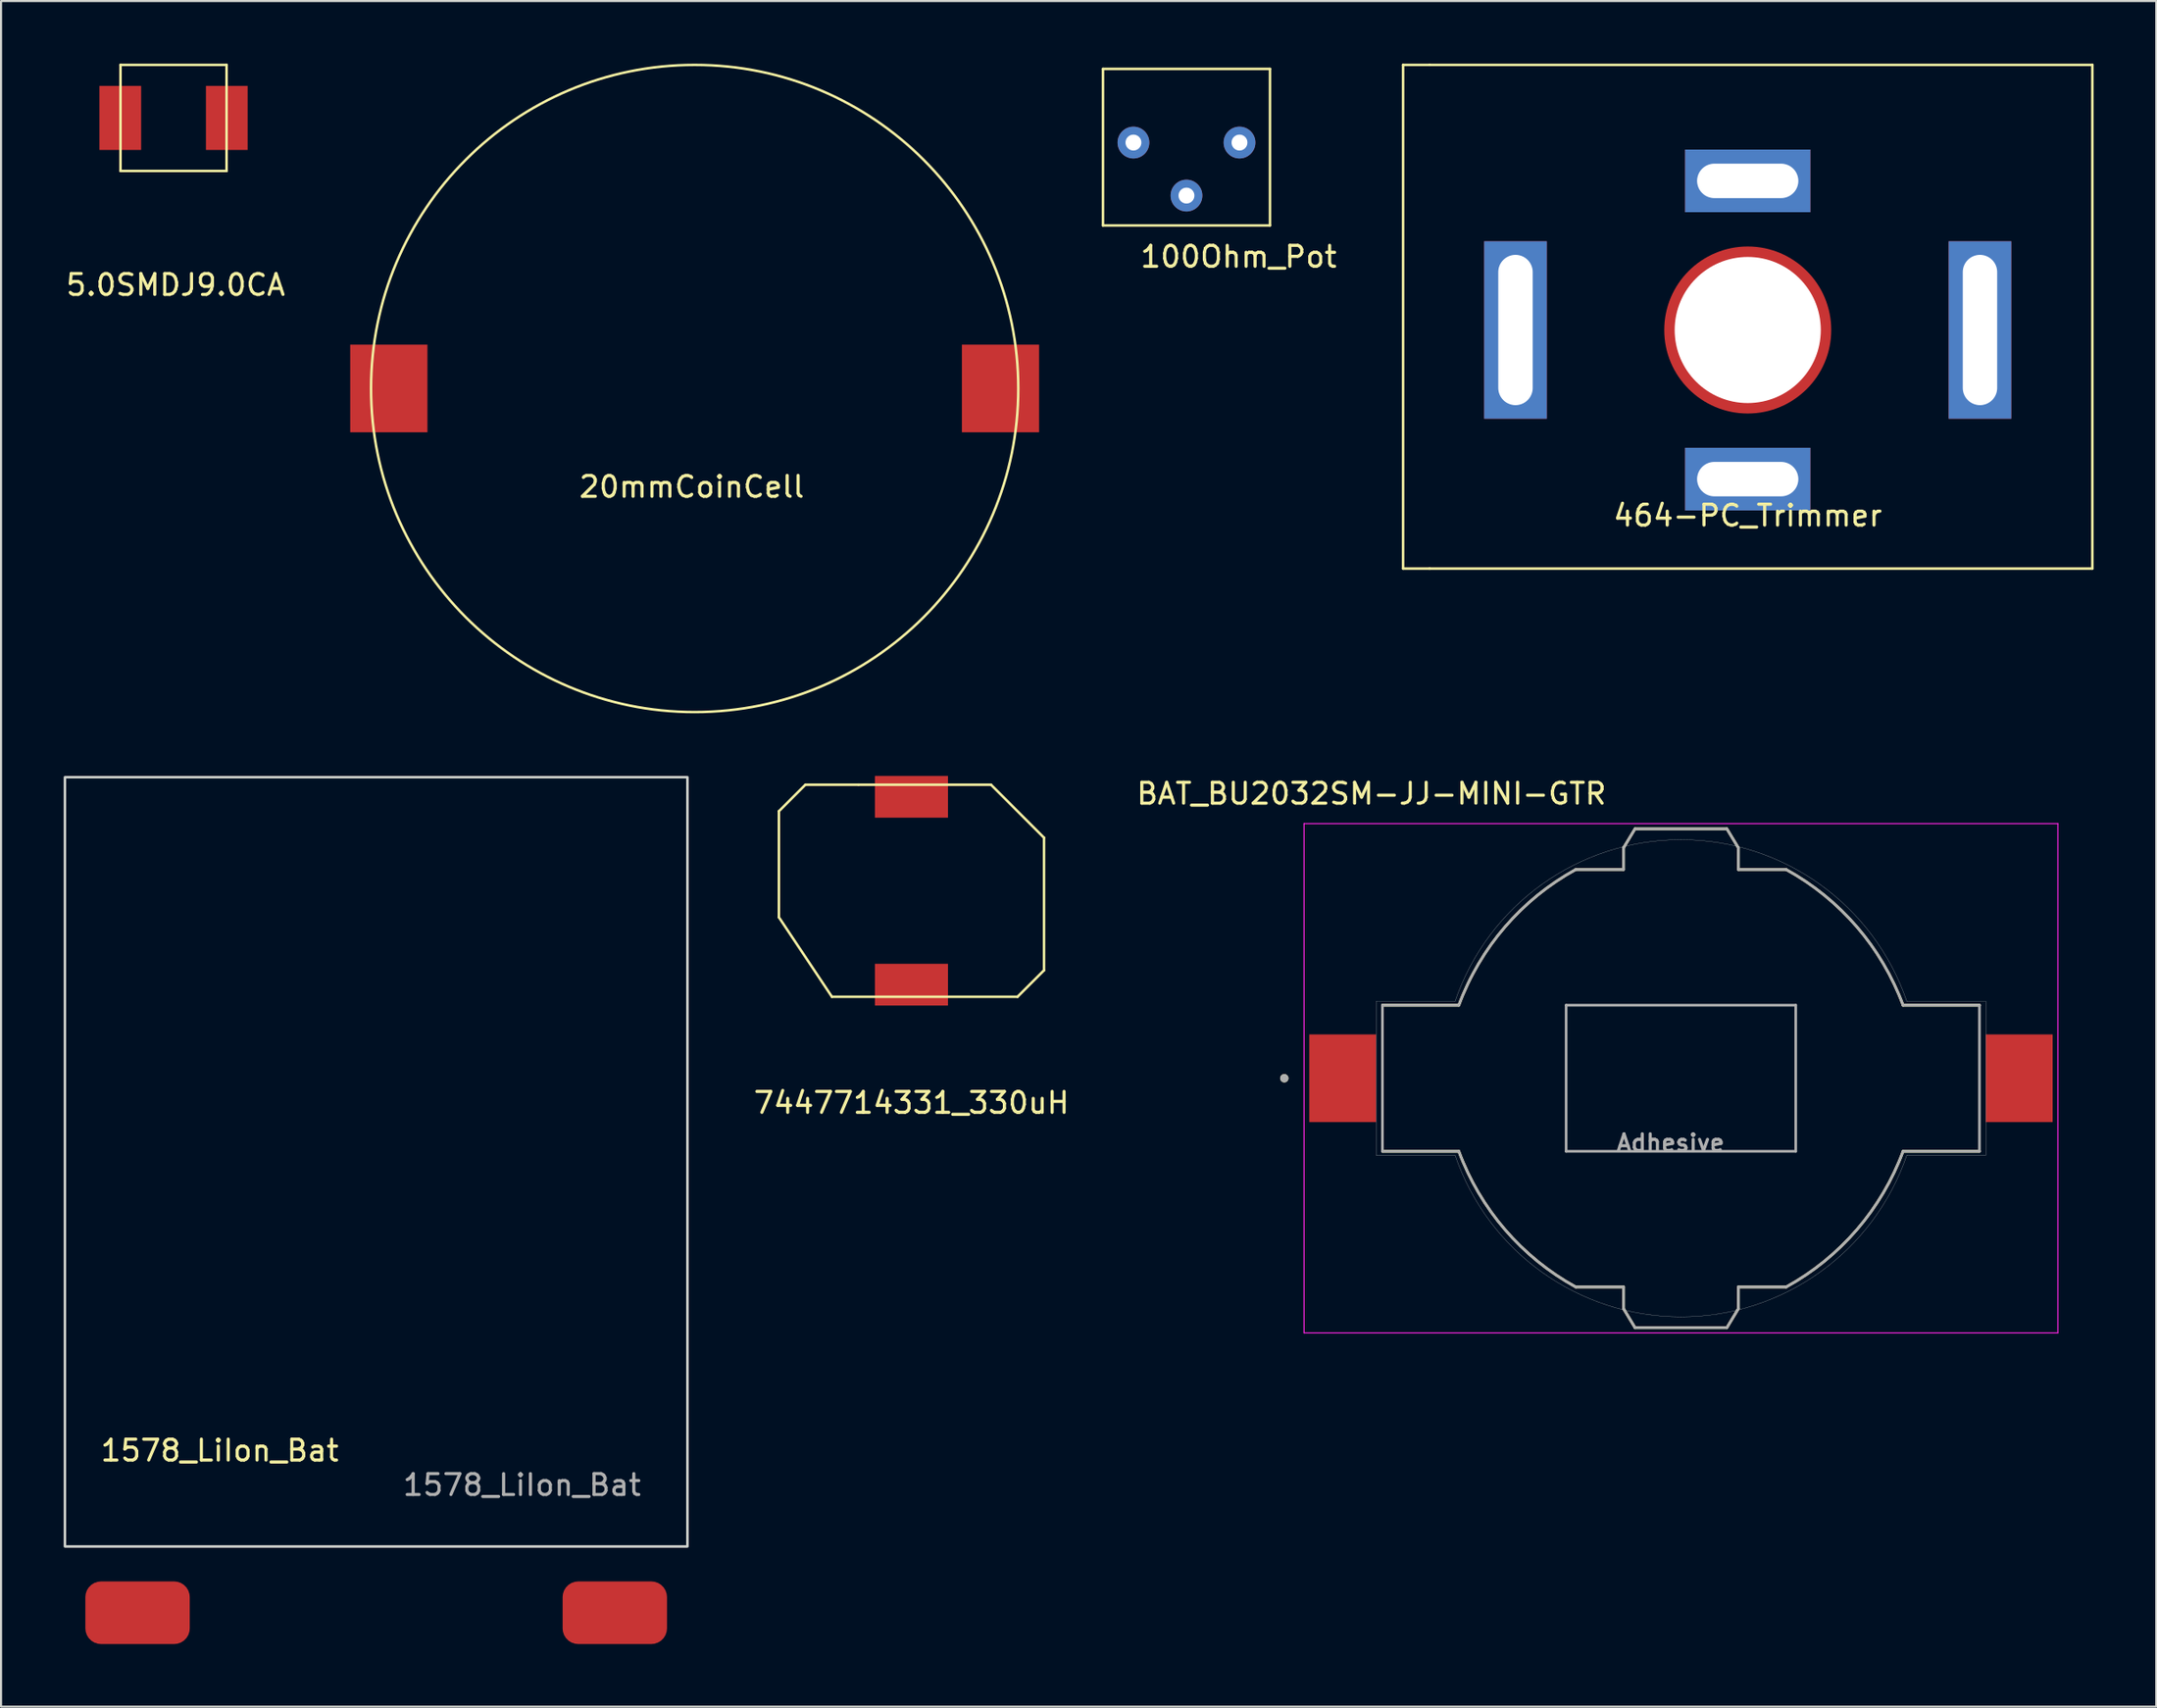
<source format=kicad_pcb>
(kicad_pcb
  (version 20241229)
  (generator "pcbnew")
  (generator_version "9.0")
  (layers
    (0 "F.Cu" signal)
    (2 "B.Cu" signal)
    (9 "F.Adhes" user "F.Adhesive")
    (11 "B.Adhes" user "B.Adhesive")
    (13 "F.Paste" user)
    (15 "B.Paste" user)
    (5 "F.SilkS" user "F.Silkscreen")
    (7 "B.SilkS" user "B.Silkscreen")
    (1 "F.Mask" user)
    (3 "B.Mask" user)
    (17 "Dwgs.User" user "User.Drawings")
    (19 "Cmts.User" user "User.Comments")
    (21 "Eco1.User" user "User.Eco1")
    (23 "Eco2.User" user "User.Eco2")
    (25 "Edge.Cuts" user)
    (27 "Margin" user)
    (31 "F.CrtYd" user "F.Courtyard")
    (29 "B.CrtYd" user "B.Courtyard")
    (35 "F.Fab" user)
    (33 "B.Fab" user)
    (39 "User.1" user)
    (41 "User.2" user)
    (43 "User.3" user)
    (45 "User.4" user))
  (footprint "464-PC_Trimmer"
    (layer "F.Cu")
    (at 80.672 12.76)
    (property "Reference" "464-PC_Trimmer" (at 0 8.89 0) (layer "F.SilkS") (effects (font (size 1 1) (thickness 0.15))))
    (attr through_hole)
    (fp_line (start -16.51 -12.7) (end -15.24 -12.7) (stroke (width 0.12) (type solid)) (layer "F.SilkS"))
    (fp_line (start -16.51 11.43) (end -16.51 -12.7) (stroke (width 0.12) (type solid)) (layer "F.SilkS"))
    (fp_line (start -16.51 11.43) (end -15.24 11.43) (stroke (width 0.12) (type solid)) (layer "F.SilkS"))
    (fp_line (start -15.24 -12.7) (end 16.51 -12.7) (stroke (width 0.12) (type solid)) (layer "F.SilkS"))
    (fp_line (start 16.51 -12.7) (end 16.51 11.43) (stroke (width 0.12) (type solid)) (layer "F.SilkS"))
    (fp_line (start 16.51 11.43) (end -15.24 11.43) (stroke (width 0.12) (type solid)) (layer "F.SilkS"))
    (pad "" np_thru_hole circle (at 0 0) (size 8 8) (drill 7) (layers "*.Mask" "F.Cu"))
    (pad "1" thru_hole rect (at -11.125 0) (size 3 8.5) (drill oval 1.65 7.2) (layers "*.Cu" "*.Mask"))
    (pad "1" thru_hole rect (at 11.125 0) (size 3 8.5) (drill oval 1.65 7.2) (layers "*.Cu" "*.Mask"))
    (pad "2" thru_hole rect (at 0 -7.144) (size 6 3) (drill oval 4.85 1.65) (layers "*.Cu" "*.Mask"))
    (pad "2" thru_hole rect (at 0 7.144) (size 6 3) (drill oval 4.85 1.65) (layers "*.Cu" "*.Mask")))
  (footprint "BAT_BU2032SM-JJ-MINI-GTR"
    (layer "F.Cu")
    (at 77.473 48.608)
    (property "Reference" "BAT_BU2032SM-JJ-MINI-GTR" (at -14.825 -13.635 0) (layer "F.SilkS") (effects (font (size 1 1) (thickness 0.15))))
    (attr through_hole)
    (fp_line (start -14.3 3.5) (end -10.64 3.5) (stroke (width 0.127) (type solid)) (layer "F.SilkS"))
    (fp_line (start -10.64 -3.5) (end -14.3 -3.5) (stroke (width 0.127) (type solid)) (layer "F.SilkS"))
    (fp_line (start -5.04 -10) (end -2.75 -10) (stroke (width 0.127) (type solid)) (layer "F.SilkS"))
    (fp_line (start -2.75 -11.04) (end -2.2 -11.95) (stroke (width 0.127) (type solid)) (layer "F.SilkS"))
    (fp_line (start -2.75 -10) (end -2.75 -11.04) (stroke (width 0.127) (type solid)) (layer "F.SilkS"))
    (fp_line (start -2.75 10) (end -5.04 10) (stroke (width 0.127) (type solid)) (layer "F.SilkS"))
    (fp_line (start -2.75 11.04) (end -2.75 10) (stroke (width 0.127) (type solid)) (layer "F.SilkS"))
    (fp_line (start -2.2 -11.95) (end 2.2 -11.95) (stroke (width 0.127) (type solid)) (layer "F.SilkS"))
    (fp_line (start -2.2 11.95) (end -2.75 11.04) (stroke (width 0.127) (type solid)) (layer "F.SilkS"))
    (fp_line (start 2.2 -11.95) (end 2.75 -11.04) (stroke (width 0.127) (type solid)) (layer "F.SilkS"))
    (fp_line (start 2.2 11.95) (end -2.2 11.95) (stroke (width 0.127) (type solid)) (layer "F.SilkS"))
    (fp_line (start 2.75 -11.04) (end 2.75 -10) (stroke (width 0.127) (type solid)) (layer "F.SilkS"))
    (fp_line (start 2.75 -10) (end 5.04 -10) (stroke (width 0.127) (type solid)) (layer "F.SilkS"))
    (fp_line (start 2.75 10) (end 2.75 11.04) (stroke (width 0.127) (type solid)) (layer "F.SilkS"))
    (fp_line (start 2.75 11.04) (end 2.2 11.95) (stroke (width 0.127) (type solid)) (layer "F.SilkS"))
    (fp_line (start 5.04 10) (end 2.75 10) (stroke (width 0.127) (type solid)) (layer "F.SilkS"))
    (fp_line (start 10.64 3.5) (end 14.3 3.5) (stroke (width 0.127) (type solid)) (layer "F.SilkS"))
    (fp_line (start 14.3 -3.5) (end 10.64 -3.5) (stroke (width 0.127) (type solid)) (layer "F.SilkS"))
    (fp_arc (start -10.64 -3.5) (mid -8.425939 -7.254809) (end -5.04 -10) (stroke (width 0.127) (type solid)) (layer "F.SilkS"))
    (fp_arc (start -5.04 10) (mid -8.425939 7.254809) (end -10.64 3.5) (stroke (width 0.127) (type solid)) (layer "F.SilkS"))
    (fp_arc (start 5.04 -10) (mid 8.425939 -7.254809) (end 10.64 -3.5) (stroke (width 0.127) (type solid)) (layer "F.SilkS"))
    (fp_arc (start 10.64 3.5) (mid 8.425939 7.254809) (end 5.04 10) (stroke (width 0.127) (type solid)) (layer "F.SilkS"))
    (fp_circle (center -19 0) (end -18.9 0) (stroke (width 0.2) (type solid)) (fill no) (layer "F.SilkS"))
    (fp_line (start -14.605 -3.685) (end -14.605 3.685) (stroke (width 0.01) (type solid)) (layer "Edge.Cuts"))
    (fp_line (start -14.605 3.685) (end -10.82 3.685) (stroke (width 0.01) (type solid)) (layer "Edge.Cuts"))
    (fp_line (start -10.82 -3.685) (end -14.605 -3.685) (stroke (width 0.01) (type solid)) (layer "Edge.Cuts"))
    (fp_line (start 10.82 3.685) (end 14.605 3.685) (stroke (width 0.01) (type solid)) (layer "Edge.Cuts"))
    (fp_line (start 14.605 -3.685) (end 10.82 -3.685) (stroke (width 0.01) (type solid)) (layer "Edge.Cuts"))
    (fp_line (start 14.605 3.685) (end 14.605 -3.685) (stroke (width 0.01) (type solid)) (layer "Edge.Cuts"))
    (fp_arc (start -10.82 -3.685) (mid -6.653137 -9.294201) (end 0 -11.43) (stroke (width 0.01) (type solid)) (layer "Edge.Cuts"))
    (fp_arc (start 0 -11.43) (mid 6.653137 -9.294201) (end 10.82 -3.685) (stroke (width 0.01) (type solid)) (layer "Edge.Cuts"))
    (fp_arc (start 0 11.43) (mid -6.653137 9.294201) (end -10.82 3.685) (stroke (width 0.01) (type solid)) (layer "Edge.Cuts"))
    (fp_arc (start 10.82 3.685) (mid 6.653137 9.294201) (end 0 11.43) (stroke (width 0.01) (type solid)) (layer "Edge.Cuts"))
    (fp_line (start -18.055 -12.2) (end -18.055 12.2) (stroke (width 0.05) (type solid)) (layer "F.CrtYd"))
    (fp_line (start -18.055 12.2) (end 18.055 12.2) (stroke (width 0.05) (type solid)) (layer "F.CrtYd"))
    (fp_line (start 18.055 -12.2) (end -18.055 -12.2) (stroke (width 0.05) (type solid)) (layer "F.CrtYd"))
    (fp_line (start 18.055 12.2) (end 18.055 -12.2) (stroke (width 0.05) (type solid)) (layer "F.CrtYd"))
    (fp_line (start -14.3 -3.5) (end -14.3 3.5) (stroke (width 0.127) (type solid)) (layer "F.Fab"))
    (fp_line (start -14.3 3.5) (end -10.64 3.5) (stroke (width 0.127) (type solid)) (layer "F.Fab"))
    (fp_line (start -10.64 -3.5) (end -14.3 -3.5) (stroke (width 0.127) (type solid)) (layer "F.Fab"))
    (fp_line (start -5.5 -3.5) (end -5.5 3.5) (stroke (width 0.127) (type solid)) (layer "F.Fab"))
    (fp_line (start -5.5 3.5) (end 5.5 3.5) (stroke (width 0.127) (type solid)) (layer "F.Fab"))
    (fp_line (start -5.04 -10) (end -2.75 -10) (stroke (width 0.127) (type solid)) (layer "F.Fab"))
    (fp_line (start -2.75 -11.04) (end -2.2 -11.95) (stroke (width 0.127) (type solid)) (layer "F.Fab"))
    (fp_line (start -2.75 -10) (end -2.75 -11.04) (stroke (width 0.127) (type solid)) (layer "F.Fab"))
    (fp_line (start -2.75 10) (end -5.04 10) (stroke (width 0.127) (type solid)) (layer "F.Fab"))
    (fp_line (start -2.75 11.04) (end -2.75 10) (stroke (width 0.127) (type solid)) (layer "F.Fab"))
    (fp_line (start -2.2 -11.95) (end 2.2 -11.95) (stroke (width 0.127) (type solid)) (layer "F.Fab"))
    (fp_line (start -2.2 11.95) (end -2.75 11.04) (stroke (width 0.127) (type solid)) (layer "F.Fab"))
    (fp_line (start 2.2 -11.95) (end 2.75 -11.04) (stroke (width 0.127) (type solid)) (layer "F.Fab"))
    (fp_line (start 2.2 11.95) (end -2.2 11.95) (stroke (width 0.127) (type solid)) (layer "F.Fab"))
    (fp_line (start 2.75 -11.04) (end 2.75 -10) (stroke (width 0.127) (type solid)) (layer "F.Fab"))
    (fp_line (start 2.75 -10) (end 5.04 -10) (stroke (width 0.127) (type solid)) (layer "F.Fab"))
    (fp_line (start 2.75 10) (end 2.75 11.04) (stroke (width 0.127) (type solid)) (layer "F.Fab"))
    (fp_line (start 2.75 11.04) (end 2.2 11.95) (stroke (width 0.127) (type solid)) (layer "F.Fab"))
    (fp_line (start 5.04 10) (end 2.75 10) (stroke (width 0.127) (type solid)) (layer "F.Fab"))
    (fp_line (start 5.5 -3.5) (end -5.5 -3.5) (stroke (width 0.127) (type solid)) (layer "F.Fab"))
    (fp_line (start 5.5 3.5) (end 5.5 -3.5) (stroke (width 0.127) (type solid)) (layer "F.Fab"))
    (fp_line (start 10.64 3.5) (end 14.3 3.5) (stroke (width 0.127) (type solid)) (layer "F.Fab"))
    (fp_line (start 14.3 -3.5) (end 10.64 -3.5) (stroke (width 0.127) (type solid)) (layer "F.Fab"))
    (fp_line (start 14.3 3.5) (end 14.3 -3.5) (stroke (width 0.127) (type solid)) (layer "F.Fab"))
    (fp_arc (start -10.64 -3.5) (mid -8.425939 -7.254809) (end -5.04 -10) (stroke (width 0.127) (type solid)) (layer "F.Fab"))
    (fp_arc (start -5.04 10) (mid -8.425939 7.254809) (end -10.64 3.5) (stroke (width 0.127) (type solid)) (layer "F.Fab"))
    (fp_arc (start 5.04 -10) (mid 8.425939 -7.254809) (end 10.64 -3.5) (stroke (width 0.127) (type solid)) (layer "F.Fab"))
    (fp_arc (start 10.64 3.5) (mid 8.425939 7.254809) (end 5.04 10) (stroke (width 0.127) (type solid)) (layer "F.Fab"))
    (fp_circle (center -19 0) (end -18.9 0) (stroke (width 0.2) (type solid)) (fill no) (layer "F.Fab"))
    (fp_text user "Adhesive" (at -0.5 3.1 0) (layer "F.Fab") (effects (font (size 0.8 0.8) (thickness 0.15))))
    (pad "+" smd rect (at -16.205 0) (size 3.2 4.2) (layers "F.Cu" "F.Mask" "F.Paste"))
    (pad "-" smd rect (at 16.205 0 180) (size 3.2 4.2) (layers "F.Cu" "F.Mask" "F.Paste")))
  (footprint "1578_LiIon_Bat"
    (layer "F.Cu")
    (at 14.97 52.625)
    (property "Reference" "1578_LiIon_Bat" (at -7.493 13.818 0) (unlocked yes) (layer "F.SilkS") (effects (font (size 1 1) (thickness 0.15))))
    (attr smd)
    (fp_rect (start -14.91 -18.44) (end 14.91 18.415) (stroke (width 0.12) (type solid)) (fill no) (layer "Edge.Cuts"))
    (fp_text user "${REFERENCE}" (at 6.985 15.47 0) (unlocked yes) (layer "F.Fab") (effects (font (size 1 1) (thickness 0.15))))
    (pad "1" smd roundrect (at -11.43 21.59 180) (size 5 3) (layers "F.Cu" "F.Mask" "F.Paste") (roundrect_rratio 0.25))
    (pad "2" smd roundrect (at 11.43 21.59 180) (size 5 3) (layers "F.Cu" "F.Mask" "F.Paste") (roundrect_rratio 0.25)))
  (footprint "100Ohm_Pot"
    (layer "F.Cu")
    (at 53.786 0.25)
    (property "Reference" "100Ohm_Pot" (at 2.5 9 0) (layer "F.SilkS") (effects (font (size 1 1) (thickness 0.15))))
    (attr through_hole)
    (fp_line (start -4 0) (end 4 0) (stroke (width 0.12) (type solid)) (layer "F.SilkS"))
    (fp_line (start -4 7.5) (end -4 0) (stroke (width 0.12) (type solid)) (layer "F.SilkS"))
    (fp_line (start 4 0) (end 4 7.5) (stroke (width 0.12) (type solid)) (layer "F.SilkS"))
    (fp_line (start 4 7.5) (end -4 7.5) (stroke (width 0.12) (type solid)) (layer "F.SilkS"))
    (pad "1" thru_hole circle (at -2.54 3.53) (size 1.524 1.524) (drill 0.762) (layers "*.Cu" "*.Mask"))
    (pad "2" thru_hole circle (at 0 6.07) (size 1.524 1.524) (drill 0.762) (layers "*.Cu" "*.Mask"))
    (pad "3" thru_hole circle (at 2.54 3.53) (size 1.524 1.524) (drill 0.762) (layers "*.Cu" "*.Mask")))
  (footprint "7447714331_330uH"
    (layer "F.Cu")
    (at 40.612 39.625)
    (property "Reference" "7447714331_330uH" (at 0 10.16 0) (layer "F.SilkS") (effects (font (size 1 1) (thickness 0.15))))
    (attr through_hole)
    (fp_line (start -6.35 -3.81) (end -6.35 1.27) (stroke (width 0.12) (type solid)) (layer "F.SilkS"))
    (fp_line (start -5.08 -5.08) (end -6.35 -3.81) (stroke (width 0.12) (type solid)) (layer "F.SilkS"))
    (fp_line (start -3.81 5.08) (end -6.35 1.27) (stroke (width 0.12) (type solid)) (layer "F.SilkS"))
    (fp_line (start -2.54 -5.08) (end -5.08 -5.08) (stroke (width 0.12) (type solid)) (layer "F.SilkS"))
    (fp_line (start -2.54 -5.08) (end 3.81 -5.08) (stroke (width 0.12) (type solid)) (layer "F.SilkS"))
    (fp_line (start 3.81 -5.08) (end 6.35 -2.54) (stroke (width 0.12) (type solid)) (layer "F.SilkS"))
    (fp_line (start 5.08 5.08) (end -3.81 5.08) (stroke (width 0.12) (type solid)) (layer "F.SilkS"))
    (fp_line (start 6.35 -2.54) (end 6.35 3.81) (stroke (width 0.12) (type solid)) (layer "F.SilkS"))
    (fp_line (start 6.35 3.81) (end 5.08 5.08) (stroke (width 0.12) (type solid)) (layer "F.SilkS"))
    (pad "1" smd rect (at 0 4.5) (size 3.5 2) (layers "F.Cu" "F.Mask" "F.Paste"))
    (pad "2" smd rect (at 0 -4.5) (size 3.5 2) (layers "F.Cu" "F.Mask" "F.Paste")))
  (footprint "5.0SMDJ9.0CA"
    (layer "F.Cu")
    (at 5.263 2.6)
    (property "Reference" "5.0SMDJ9.0CA" (at 0.1 8 0) (layer "F.SilkS") (effects (font (size 1 1) (thickness 0.15))))
    (attr through_hole)
    (fp_line (start -2.54 -2.54) (end 2.54 -2.54) (stroke (width 0.12) (type solid)) (layer "F.SilkS"))
    (fp_line (start -2.54 2.54) (end -2.54 -2.54) (stroke (width 0.12) (type solid)) (layer "F.SilkS"))
    (fp_line (start 2.54 -2.54) (end 2.54 2.54) (stroke (width 0.12) (type solid)) (layer "F.SilkS"))
    (fp_line (start 2.54 2.54) (end -2.54 2.54) (stroke (width 0.12) (type solid)) (layer "F.SilkS"))
    (pad "1" smd rect (at -2.55 0) (size 2 3.07) (layers "F.Cu" "F.Mask" "F.Paste"))
    (pad "2" smd rect (at 2.55 0) (size 2 3.07) (layers "F.Cu" "F.Mask" "F.Paste")))
  (footprint "20mmCoinCell"
    (layer "F.Cu")
    (at 30.226 15.562)
    (property "Reference" "20mmCoinCell" (at -0.14 4.71 0) (layer "F.SilkS") (effects (font (size 1 1) (thickness 0.15))))
    (attr through_hole)
    (fp_circle (center 0 0) (end 12.7 8.89) (stroke (width 0.12) (type solid)) (fill no) (layer "F.SilkS"))
    (pad "1" smd rect (at -14.65 0) (size 3.7 4.2) (layers "F.Cu" "F.Mask" "F.Paste"))
    (pad "2" smd rect (at 14.65 0) (size 3.7 4.2) (layers "F.Cu" "F.Mask" "F.Paste")))
  (gr_rect
    (start -3 -3)
    (end 100.242 78.715)
    (stroke (width 0.1) (type default))
    (fill no)
    (layer "Edge.Cuts")))
</source>
